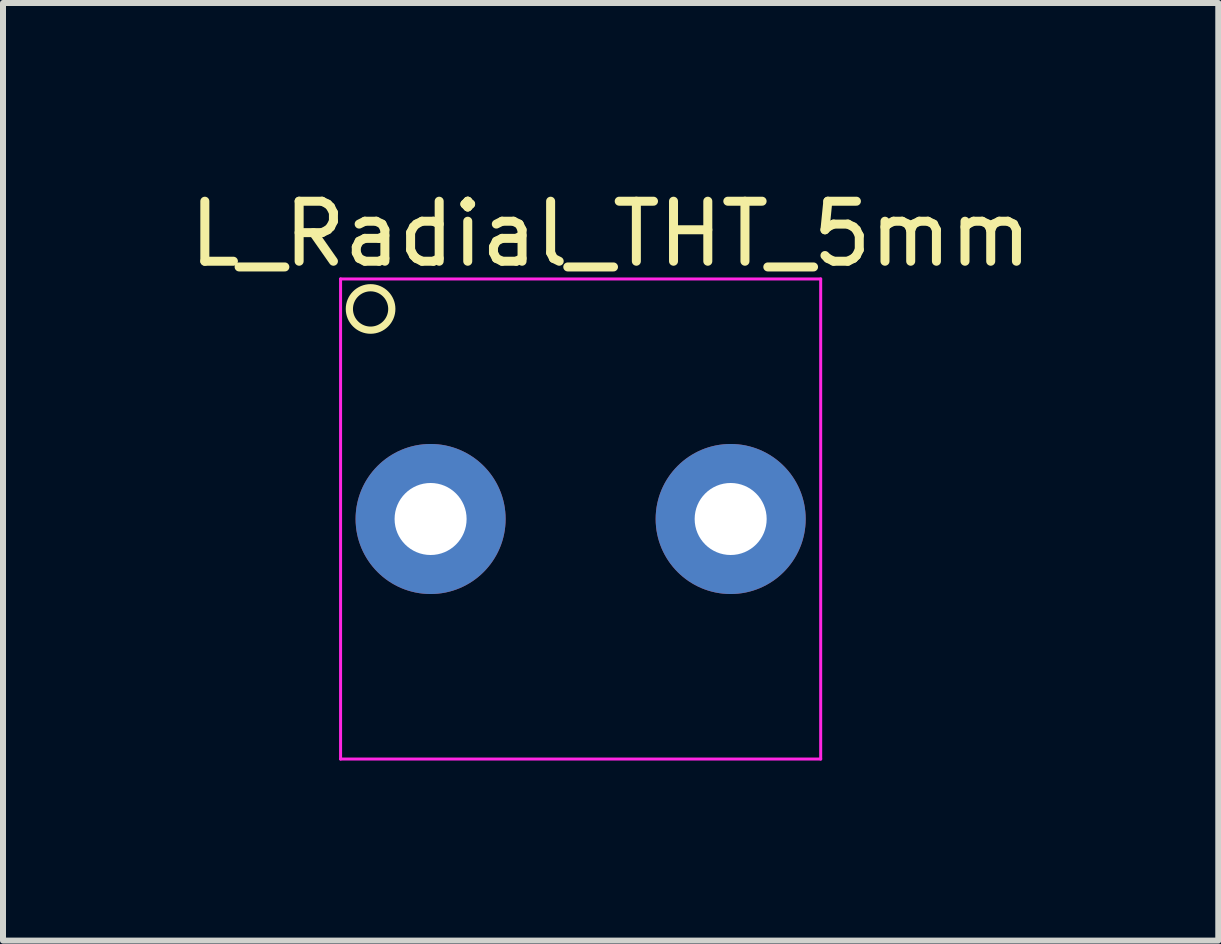
<source format=kicad_pcb>
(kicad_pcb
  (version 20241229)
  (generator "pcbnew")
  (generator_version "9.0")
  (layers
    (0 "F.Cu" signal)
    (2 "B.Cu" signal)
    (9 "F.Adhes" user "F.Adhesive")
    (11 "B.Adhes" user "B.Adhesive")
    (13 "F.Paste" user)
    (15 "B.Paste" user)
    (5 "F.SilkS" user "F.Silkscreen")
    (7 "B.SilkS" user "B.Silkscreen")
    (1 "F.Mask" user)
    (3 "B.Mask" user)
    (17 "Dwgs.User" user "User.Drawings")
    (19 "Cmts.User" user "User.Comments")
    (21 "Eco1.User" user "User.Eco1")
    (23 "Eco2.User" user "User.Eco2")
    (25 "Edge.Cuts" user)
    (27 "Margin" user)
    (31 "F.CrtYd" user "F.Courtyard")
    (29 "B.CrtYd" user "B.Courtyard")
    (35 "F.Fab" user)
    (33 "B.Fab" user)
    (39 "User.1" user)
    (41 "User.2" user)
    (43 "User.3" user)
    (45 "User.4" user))
  (footprint "L_Radial_THT_5mm"
    (layer "F.Cu")
    (at 6.625 5.598)
    (property "Reference" "L_Radial_THT_5mm" (at 0.5 -4.75 0) (layer "F.SilkS") (effects (font (size 1 1) (thickness 0.15))))
    (attr through_hole)
    (fp_circle (center -3.5 -3.5) (end -3.25 -3.25) (stroke (width 0.12) (type solid)) (fill no) (layer "F.SilkS"))
    (fp_line (start -4 4) (end -4 -4) (stroke (width 0.05) (type solid)) (layer "F.CrtYd"))
    (fp_line (start 4 -4) (end -4 -4) (stroke (width 0.05) (type solid)) (layer "F.CrtYd"))
    (fp_line (start 4 4) (end -4 4) (stroke (width 0.05) (type solid)) (layer "F.CrtYd"))
    (fp_line (start 4 4) (end 4 -4) (stroke (width 0.05) (type solid)) (layer "F.CrtYd"))
    (pad "1" thru_hole circle (at -2.5 0) (size 2.5 2.5) (drill 1.2) (layers "*.Cu" "*.Mask"))
    (pad "2" thru_hole circle (at 2.5 0) (size 2.5 2.5) (drill 1.2) (layers "*.Cu" "*.Mask")))
  (gr_rect
    (start -3 -3)
    (end 17.25 12.623)
    (stroke (width 0.1) (type default))
    (fill no)
    (layer "Edge.Cuts")))
</source>
